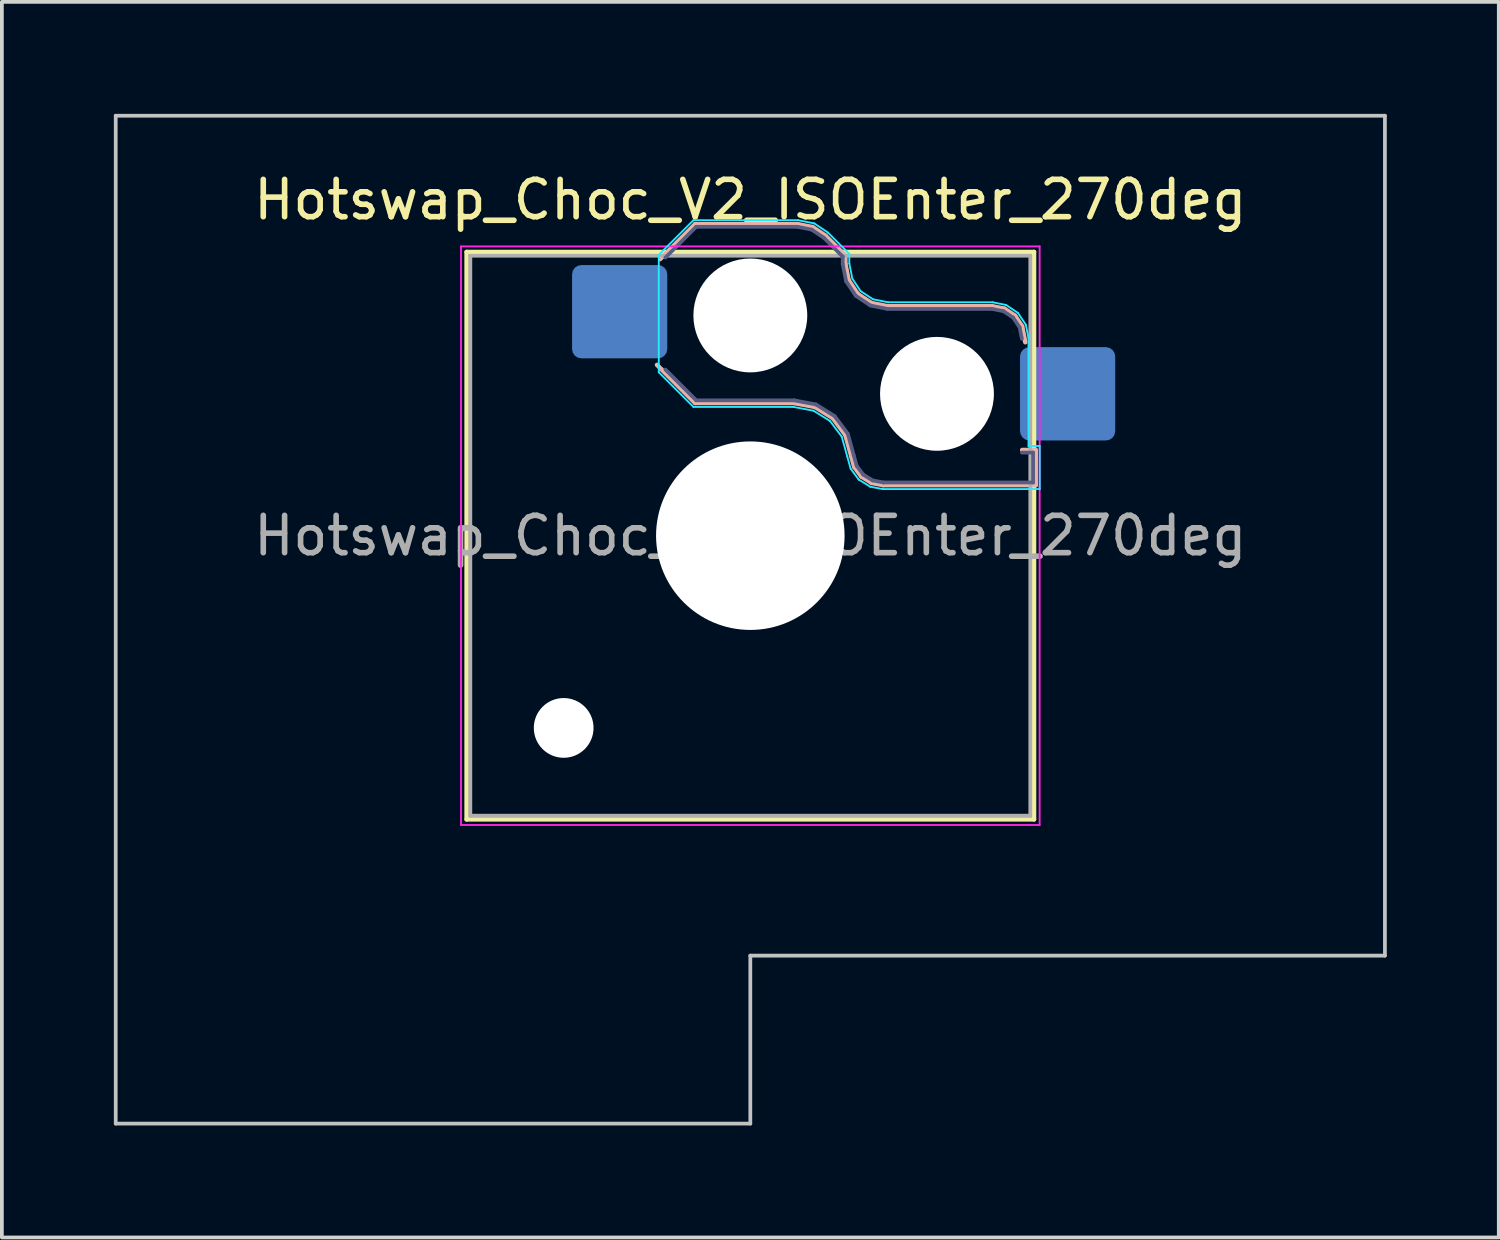
<source format=kicad_pcb>
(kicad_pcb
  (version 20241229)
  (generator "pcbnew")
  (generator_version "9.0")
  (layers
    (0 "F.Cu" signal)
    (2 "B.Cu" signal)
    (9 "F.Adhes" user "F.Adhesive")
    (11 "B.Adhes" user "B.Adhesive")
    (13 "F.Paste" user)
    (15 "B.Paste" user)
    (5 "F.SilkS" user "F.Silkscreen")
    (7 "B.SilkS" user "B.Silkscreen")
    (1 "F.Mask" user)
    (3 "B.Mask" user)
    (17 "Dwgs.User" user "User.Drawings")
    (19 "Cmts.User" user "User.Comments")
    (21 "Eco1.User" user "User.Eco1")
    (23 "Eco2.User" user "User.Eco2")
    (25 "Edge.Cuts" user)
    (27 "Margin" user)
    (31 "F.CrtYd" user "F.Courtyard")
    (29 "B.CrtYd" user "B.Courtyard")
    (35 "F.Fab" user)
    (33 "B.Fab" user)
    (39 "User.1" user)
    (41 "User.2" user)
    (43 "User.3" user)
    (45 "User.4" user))
  (footprint "Hotswap_Choc_V2_ISOEnter_270deg"
    (layer "F.Cu")
    (at 17.05 11.3)
    (property "Reference" "Hotswap_Choc_V2_ISOEnter_270deg" (at 0 -9 0) (layer "F.SilkS") (effects (font (size 1 1) (thickness 0.15))))
    (attr smd)
    (fp_line (start -7.6 -7.6) (end -7.6 7.6) (stroke (width 0.12) (type solid)) (layer "F.SilkS"))
    (fp_line (start -7.6 7.6) (end 7.6 7.6) (stroke (width 0.12) (type solid)) (layer "F.SilkS"))
    (fp_line (start 7.6 -7.6) (end -7.6 -7.6) (stroke (width 0.12) (type solid)) (layer "F.SilkS"))
    (fp_line (start 7.6 7.6) (end 7.6 -7.6) (stroke (width 0.12) (type solid)) (layer "F.SilkS"))
    (fp_line (start -2.416 -7.409) (end -1.479 -8.346) (stroke (width 0.12) (type solid)) (layer "B.SilkS"))
    (fp_line (start -1.479 -8.346) (end 1.268 -8.346) (stroke (width 0.12) (type solid)) (layer "B.SilkS"))
    (fp_line (start -1.479 -3.554) (end -2.5 -4.575) (stroke (width 0.12) (type solid)) (layer "B.SilkS"))
    (fp_line (start 1.168 -3.554) (end -1.479 -3.554) (stroke (width 0.12) (type solid)) (layer "B.SilkS"))
    (fp_line (start 1.268 -8.346) (end 1.671 -8.266) (stroke (width 0.12) (type solid)) (layer "B.SilkS"))
    (fp_line (start 1.671 -8.266) (end 2.013 -8.037) (stroke (width 0.12) (type solid)) (layer "B.SilkS"))
    (fp_line (start 1.73 -3.449) (end 1.168 -3.554) (stroke (width 0.12) (type solid)) (layer "B.SilkS"))
    (fp_line (start 2.013 -8.037) (end 2.546 -7.504) (stroke (width 0.12) (type solid)) (layer "B.SilkS"))
    (fp_line (start 2.209 -3.15) (end 1.73 -3.449) (stroke (width 0.12) (type solid)) (layer "B.SilkS"))
    (fp_line (start 2.546 -7.504) (end 2.546 -7.282) (stroke (width 0.12) (type solid)) (layer "B.SilkS"))
    (fp_line (start 2.546 -7.282) (end 2.633 -6.844) (stroke (width 0.12) (type solid)) (layer "B.SilkS"))
    (fp_line (start 2.547 -2.697) (end 2.209 -3.15) (stroke (width 0.12) (type solid)) (layer "B.SilkS"))
    (fp_line (start 2.633 -6.844) (end 2.877 -6.477) (stroke (width 0.12) (type solid)) (layer "B.SilkS"))
    (fp_line (start 2.701 -2.139) (end 2.547 -2.697) (stroke (width 0.12) (type solid)) (layer "B.SilkS"))
    (fp_line (start 2.783 -1.841) (end 2.701 -2.139) (stroke (width 0.12) (type solid)) (layer "B.SilkS"))
    (fp_line (start 2.877 -6.477) (end 3.244 -6.233) (stroke (width 0.12) (type solid)) (layer "B.SilkS"))
    (fp_line (start 2.976 -1.583) (end 2.783 -1.841) (stroke (width 0.12) (type solid)) (layer "B.SilkS"))
    (fp_line (start 3.244 -6.233) (end 3.682 -6.146) (stroke (width 0.12) (type solid)) (layer "B.SilkS"))
    (fp_line (start 3.25 -1.413) (end 2.976 -1.583) (stroke (width 0.12) (type solid)) (layer "B.SilkS"))
    (fp_line (start 3.56 -1.354) (end 3.25 -1.413) (stroke (width 0.12) (type solid)) (layer "B.SilkS"))
    (fp_line (start 3.682 -6.146) (end 6.482 -6.146) (stroke (width 0.12) (type solid)) (layer "B.SilkS"))
    (fp_line (start 6.482 -6.146) (end 6.809 -6.081) (stroke (width 0.12) (type solid)) (layer "B.SilkS"))
    (fp_line (start 6.809 -6.081) (end 7.092 -5.892) (stroke (width 0.12) (type solid)) (layer "B.SilkS"))
    (fp_line (start 7.092 -5.892) (end 7.281 -5.609) (stroke (width 0.12) (type solid)) (layer "B.SilkS"))
    (fp_line (start 7.281 -5.609) (end 7.366 -5.182) (stroke (width 0.12) (type solid)) (layer "B.SilkS"))
    (fp_line (start 7.283 -2.296) (end 7.646 -2.296) (stroke (width 0.12) (type solid)) (layer "B.SilkS"))
    (fp_line (start 7.646 -2.296) (end 7.646 -1.354) (stroke (width 0.12) (type solid)) (layer "B.SilkS"))
    (fp_line (start 7.646 -1.354) (end 3.56 -1.354) (stroke (width 0.12) (type solid)) (layer "B.SilkS"))
    (fp_line (start -17 -11.25) (end -17 15.75) (stroke (width 0.1) (type solid)) (layer "Dwgs.User"))
    (fp_line (start -17 15.75) (end 0 15.75) (stroke (width 0.1) (type solid)) (layer "Dwgs.User"))
    (fp_line (start 0 11.25) (end 17 11.25) (stroke (width 0.1) (type solid)) (layer "Dwgs.User"))
    (fp_line (start 0 15.75) (end 0 11.25) (stroke (width 0.1) (type solid)) (layer "Dwgs.User"))
    (fp_line (start 17 -11.25) (end -17 -11.25) (stroke (width 0.1) (type solid)) (layer "Dwgs.User"))
    (fp_line (start 17 11.25) (end 17 -11.25) (stroke (width 0.1) (type solid)) (layer "Dwgs.User"))
    (fp_line (start -7.25 -7.25) (end -7.25 7.25) (stroke (width 0.1) (type solid)) (layer "Eco1.User"))
    (fp_line (start -7.25 7.25) (end 7.25 7.25) (stroke (width 0.1) (type solid)) (layer "Eco1.User"))
    (fp_line (start 7.25 -7.25) (end -7.25 -7.25) (stroke (width 0.1) (type solid)) (layer "Eco1.User"))
    (fp_line (start 7.25 7.25) (end 7.25 -7.25) (stroke (width 0.1) (type solid)) (layer "Eco1.User"))
    (fp_line (start -2.452 -7.523) (end -1.523 -8.452) (stroke (width 0.05) (type solid)) (layer "B.CrtYd"))
    (fp_line (start -2.452 -4.377) (end -2.452 -7.523) (stroke (width 0.05) (type solid)) (layer "B.CrtYd"))
    (fp_line (start -1.523 -8.452) (end 1.278 -8.452) (stroke (width 0.05) (type solid)) (layer "B.CrtYd"))
    (fp_line (start -1.523 -3.448) (end -2.452 -4.377) (stroke (width 0.05) (type solid)) (layer "B.CrtYd"))
    (fp_line (start 1.159 -3.448) (end -1.523 -3.448) (stroke (width 0.05) (type solid)) (layer "B.CrtYd"))
    (fp_line (start 1.278 -8.452) (end 1.712 -8.366) (stroke (width 0.05) (type solid)) (layer "B.CrtYd"))
    (fp_line (start 1.691 -3.348) (end 1.159 -3.448) (stroke (width 0.05) (type solid)) (layer "B.CrtYd"))
    (fp_line (start 1.712 -8.366) (end 2.081 -8.119) (stroke (width 0.05) (type solid)) (layer "B.CrtYd"))
    (fp_line (start 2.081 -8.119) (end 2.652 -7.548) (stroke (width 0.05) (type solid)) (layer "B.CrtYd"))
    (fp_line (start 2.136 -3.071) (end 1.691 -3.348) (stroke (width 0.05) (type solid)) (layer "B.CrtYd"))
    (fp_line (start 2.45 -2.65) (end 2.136 -3.071) (stroke (width 0.05) (type solid)) (layer "B.CrtYd"))
    (fp_line (start 2.599 -2.111) (end 2.45 -2.65) (stroke (width 0.05) (type solid)) (layer "B.CrtYd"))
    (fp_line (start 2.652 -7.548) (end 2.652 -7.292) (stroke (width 0.05) (type solid)) (layer "B.CrtYd"))
    (fp_line (start 2.652 -7.292) (end 2.733 -6.885) (stroke (width 0.05) (type solid)) (layer "B.CrtYd"))
    (fp_line (start 2.687 -1.794) (end 2.599 -2.111) (stroke (width 0.05) (type solid)) (layer "B.CrtYd"))
    (fp_line (start 2.733 -6.885) (end 2.953 -6.553) (stroke (width 0.05) (type solid)) (layer "B.CrtYd"))
    (fp_line (start 2.903 -1.503) (end 2.687 -1.794) (stroke (width 0.05) (type solid)) (layer "B.CrtYd"))
    (fp_line (start 2.953 -6.553) (end 3.285 -6.333) (stroke (width 0.05) (type solid)) (layer "B.CrtYd"))
    (fp_line (start 3.211 -1.312) (end 2.903 -1.503) (stroke (width 0.05) (type solid)) (layer "B.CrtYd"))
    (fp_line (start 3.285 -6.333) (end 3.692 -6.252) (stroke (width 0.05) (type solid)) (layer "B.CrtYd"))
    (fp_line (start 3.55 -1.248) (end 3.211 -1.312) (stroke (width 0.05) (type solid)) (layer "B.CrtYd"))
    (fp_line (start 3.692 -6.252) (end 6.492 -6.252) (stroke (width 0.05) (type solid)) (layer "B.CrtYd"))
    (fp_line (start 6.492 -6.252) (end 6.85 -6.181) (stroke (width 0.05) (type solid)) (layer "B.CrtYd"))
    (fp_line (start 6.85 -6.181) (end 7.168 -5.968) (stroke (width 0.05) (type solid)) (layer "B.CrtYd"))
    (fp_line (start 7.168 -5.968) (end 7.381 -5.65) (stroke (width 0.05) (type solid)) (layer "B.CrtYd"))
    (fp_line (start 7.381 -5.65) (end 7.452 -5.292) (stroke (width 0.05) (type solid)) (layer "B.CrtYd"))
    (fp_line (start 7.452 -5.292) (end 7.452 -2.402) (stroke (width 0.05) (type solid)) (layer "B.CrtYd"))
    (fp_line (start 7.452 -2.402) (end 7.752 -2.402) (stroke (width 0.05) (type solid)) (layer "B.CrtYd"))
    (fp_line (start 7.752 -2.402) (end 7.752 -1.248) (stroke (width 0.05) (type solid)) (layer "B.CrtYd"))
    (fp_line (start 7.752 -1.248) (end 3.55 -1.248) (stroke (width 0.05) (type solid)) (layer "B.CrtYd"))
    (fp_line (start -7.75 -7.75) (end -7.75 7.75) (stroke (width 0.05) (type solid)) (layer "F.CrtYd"))
    (fp_line (start -7.75 7.75) (end 7.75 7.75) (stroke (width 0.05) (type solid)) (layer "F.CrtYd"))
    (fp_line (start 7.75 -7.75) (end -7.75 -7.75) (stroke (width 0.05) (type solid)) (layer "F.CrtYd"))
    (fp_line (start 7.75 7.75) (end 7.75 -7.75) (stroke (width 0.05) (type solid)) (layer "F.CrtYd"))
    (fp_line (start -2.275 -7.45) (end -1.45 -8.275) (stroke (width 0.1) (type solid)) (layer "B.Fab"))
    (fp_line (start -1.45 -8.275) (end 1.261 -8.275) (stroke (width 0.1) (type solid)) (layer "B.Fab"))
    (fp_line (start -1.45 -3.625) (end -2.275 -4.45) (stroke (width 0.1) (type solid)) (layer "B.Fab"))
    (fp_line (start 1.175 -3.625) (end -1.45 -3.625) (stroke (width 0.1) (type solid)) (layer "B.Fab"))
    (fp_line (start 1.261 -8.275) (end 1.643 -8.199) (stroke (width 0.1) (type solid)) (layer "B.Fab"))
    (fp_line (start 1.643 -8.199) (end 1.968 -7.982) (stroke (width 0.1) (type solid)) (layer "B.Fab"))
    (fp_line (start 1.756 -3.516) (end 1.175 -3.625) (stroke (width 0.1) (type solid)) (layer "B.Fab"))
    (fp_line (start 1.968 -7.982) (end 2.475 -7.475) (stroke (width 0.1) (type solid)) (layer "B.Fab"))
    (fp_line (start 2.258 -3.203) (end 1.756 -3.516) (stroke (width 0.1) (type solid)) (layer "B.Fab"))
    (fp_line (start 2.475 -7.475) (end 2.475 -7.275) (stroke (width 0.1) (type solid)) (layer "B.Fab"))
    (fp_line (start 2.475 -7.275) (end 2.566 -6.816) (stroke (width 0.1) (type solid)) (layer "B.Fab"))
    (fp_line (start 2.566 -6.816) (end 2.826 -6.426) (stroke (width 0.1) (type solid)) (layer "B.Fab"))
    (fp_line (start 2.612 -2.729) (end 2.258 -3.203) (stroke (width 0.1) (type solid)) (layer "B.Fab"))
    (fp_line (start 2.769 -2.158) (end 2.612 -2.729) (stroke (width 0.1) (type solid)) (layer "B.Fab"))
    (fp_line (start 2.826 -6.426) (end 3.216 -6.166) (stroke (width 0.1) (type solid)) (layer "B.Fab"))
    (fp_line (start 2.848 -1.873) (end 2.769 -2.158) (stroke (width 0.1) (type solid)) (layer "B.Fab"))
    (fp_line (start 3.025 -1.636) (end 2.848 -1.873) (stroke (width 0.1) (type solid)) (layer "B.Fab"))
    (fp_line (start 3.216 -6.166) (end 3.675 -6.075) (stroke (width 0.1) (type solid)) (layer "B.Fab"))
    (fp_line (start 3.276 -1.48) (end 3.025 -1.636) (stroke (width 0.1) (type solid)) (layer "B.Fab"))
    (fp_line (start 3.567 -1.425) (end 3.276 -1.48) (stroke (width 0.1) (type solid)) (layer "B.Fab"))
    (fp_line (start 3.675 -6.075) (end 6.475 -6.075) (stroke (width 0.1) (type solid)) (layer "B.Fab"))
    (fp_line (start 6.475 -6.075) (end 6.781 -6.014) (stroke (width 0.1) (type solid)) (layer "B.Fab"))
    (fp_line (start 6.781 -6.014) (end 7.041 -5.841) (stroke (width 0.1) (type solid)) (layer "B.Fab"))
    (fp_line (start 7.041 -5.841) (end 7.214 -5.581) (stroke (width 0.1) (type solid)) (layer "B.Fab"))
    (fp_line (start 7.214 -5.581) (end 7.275 -5.275) (stroke (width 0.1) (type solid)) (layer "B.Fab"))
    (fp_line (start 7.275 -2.225) (end 7.575 -2.225) (stroke (width 0.1) (type solid)) (layer "B.Fab"))
    (fp_line (start 7.575 -2.225) (end 7.575 -1.425) (stroke (width 0.1) (type solid)) (layer "B.Fab"))
    (fp_line (start 7.575 -1.425) (end 3.567 -1.425) (stroke (width 0.1) (type solid)) (layer "B.Fab"))
    (fp_line (start -7.5 -7.5) (end -7.5 7.5) (stroke (width 0.1) (type solid)) (layer "F.Fab"))
    (fp_line (start -7.5 7.5) (end 7.5 7.5) (stroke (width 0.1) (type solid)) (layer "F.Fab"))
    (fp_line (start 7.5 -7.5) (end -7.5 -7.5) (stroke (width 0.1) (type solid)) (layer "F.Fab"))
    (fp_line (start 7.5 7.5) (end 7.5 -7.5) (stroke (width 0.1) (type solid)) (layer "F.Fab"))
    (fp_text user "${REFERENCE}" (at 0 0 0) (layer "F.Fab") (effects (font (size 1 1) (thickness 0.15))))
    (pad "" np_thru_hole circle (at -5 5.15) (size 1.6 1.6) (drill 1.6) (layers "*.Cu" "*.Mask"))
    (pad "" np_thru_hole circle (at 0 -5.9) (size 3.05 3.05) (drill 3.05) (layers "*.Cu" "*.Mask"))
    (pad "" np_thru_hole circle (at 0 0) (size 5.05 5.05) (drill 5.05) (layers "*.Cu" "*.Mask"))
    (pad "" np_thru_hole circle (at 5 -3.8) (size 3.05 3.05) (drill 3.05) (layers "*.Cu" "*.Mask"))
    (pad "1" smd roundrect (at -3.5 -6) (size 2.55 2.5) (layers "B.Cu" "B.Mask" "B.Paste") (roundrect_rratio 0.1))
    (pad "2" smd roundrect (at 8.5 -3.8) (size 2.55 2.5) (layers "B.Cu" "B.Mask" "B.Paste") (roundrect_rratio 0.1)))
  (gr_rect
    (start -3 -3)
    (end 37.1 30.1)
    (stroke (width 0.1) (type default))
    (fill no)
    (layer "Edge.Cuts")))
</source>
